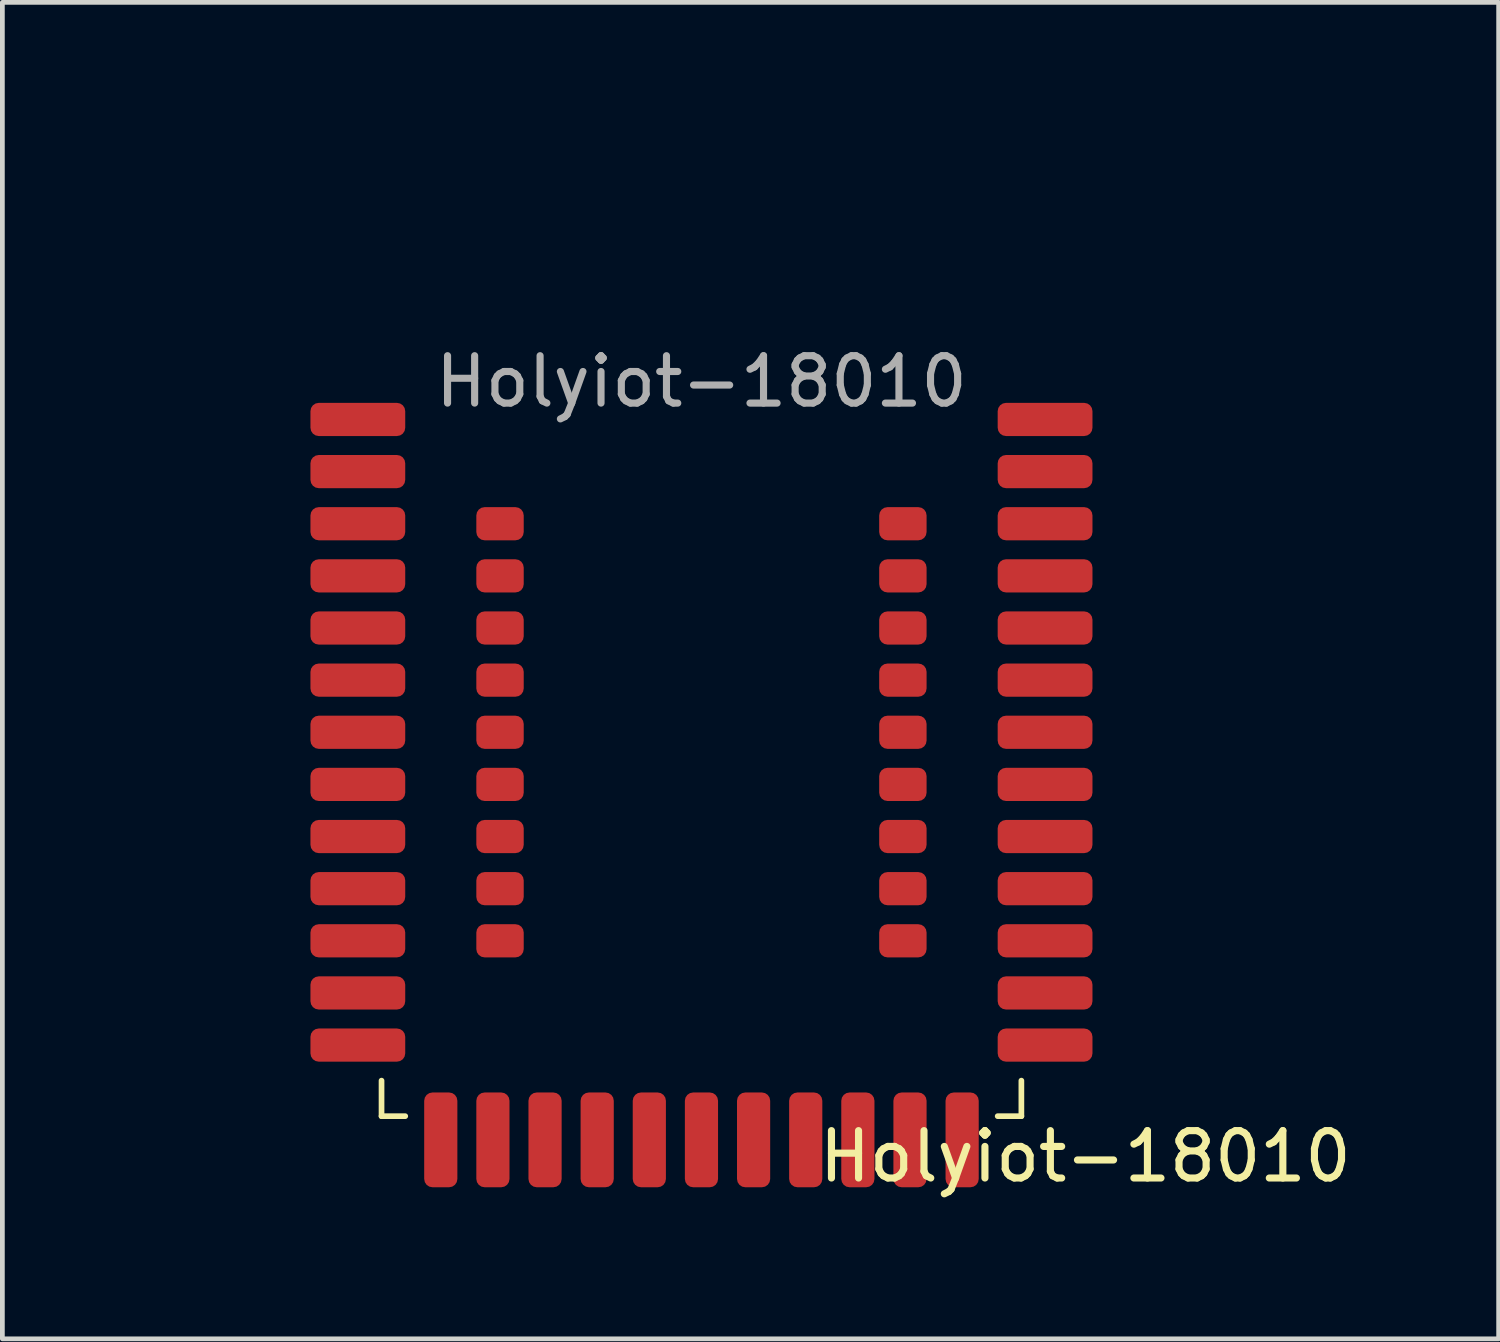
<source format=kicad_pcb>
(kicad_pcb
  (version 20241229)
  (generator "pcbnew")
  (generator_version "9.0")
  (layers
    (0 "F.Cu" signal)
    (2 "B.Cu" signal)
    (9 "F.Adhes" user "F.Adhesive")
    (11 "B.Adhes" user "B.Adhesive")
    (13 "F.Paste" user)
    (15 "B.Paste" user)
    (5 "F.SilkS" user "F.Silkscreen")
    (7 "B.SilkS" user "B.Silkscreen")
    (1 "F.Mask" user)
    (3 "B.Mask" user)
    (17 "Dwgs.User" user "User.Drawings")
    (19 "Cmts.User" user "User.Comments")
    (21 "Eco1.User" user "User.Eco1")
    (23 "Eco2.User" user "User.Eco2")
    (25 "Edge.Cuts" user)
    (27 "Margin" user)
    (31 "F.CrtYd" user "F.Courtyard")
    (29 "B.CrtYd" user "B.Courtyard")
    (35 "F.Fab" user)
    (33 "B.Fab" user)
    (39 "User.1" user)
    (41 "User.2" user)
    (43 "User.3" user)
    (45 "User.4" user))
  (footprint "Holyiot-18010"
    (layer "F.Cu")
    (at 11.75 2.5)
    (property "Reference" "Holyiot-18010" (at 8.1 18.85 0) (unlocked yes) (layer "F.SilkS") (effects (font (size 1 1) (thickness 0.15))))
    (attr smd)
    (fp_line (start -6.75 18) (end -6.75 17.25) (stroke (width 0.12) (type solid)) (layer "F.SilkS"))
    (fp_line (start -6.75 18) (end -6.25 18) (stroke (width 0.12) (type solid)) (layer "F.SilkS"))
    (fp_line (start 6.75 18) (end 6.25 18) (stroke (width 0.12) (type solid)) (layer "F.SilkS"))
    (fp_line (start 6.75 18) (end 6.75 17.25) (stroke (width 0.12) (type solid)) (layer "F.SilkS"))
    (fp_text user "${REFERENCE}" (at 0 2.5 0) (unlocked yes) (layer "F.Fab") (effects (font (size 1 1) (thickness 0.15))))
    (pad "1" smd roundrect (at -7.25 3.3) (size 2 0.7) (layers "F.Cu" "F.Mask" "F.Paste") (roundrect_rratio 0.25))
    (pad "2" smd roundrect (at -7.25 4.4) (size 2 0.7) (layers "F.Cu" "F.Mask" "F.Paste") (roundrect_rratio 0.25))
    (pad "3" smd roundrect (at -7.25 5.5) (size 2 0.7) (layers "F.Cu" "F.Mask" "F.Paste") (roundrect_rratio 0.25))
    (pad "4" smd roundrect (at -7.25 6.6) (size 2 0.7) (layers "F.Cu" "F.Mask" "F.Paste") (roundrect_rratio 0.25))
    (pad "5" smd roundrect (at -7.25 7.7) (size 2 0.7) (layers "F.Cu" "F.Mask" "F.Paste") (roundrect_rratio 0.25))
    (pad "6" smd roundrect (at -7.25 8.8) (size 2 0.7) (layers "F.Cu" "F.Mask" "F.Paste") (roundrect_rratio 0.25))
    (pad "7" smd roundrect (at -7.25 9.9) (size 2 0.7) (layers "F.Cu" "F.Mask" "F.Paste") (roundrect_rratio 0.25))
    (pad "8" smd roundrect (at -7.25 11) (size 2 0.7) (layers "F.Cu" "F.Mask" "F.Paste") (roundrect_rratio 0.25))
    (pad "9" smd roundrect (at -7.25 12.1) (size 2 0.7) (layers "F.Cu" "F.Mask" "F.Paste") (roundrect_rratio 0.25))
    (pad "10" smd roundrect (at -7.25 13.2) (size 2 0.7) (layers "F.Cu" "F.Mask" "F.Paste") (roundrect_rratio 0.25))
    (pad "11" smd roundrect (at -7.25 14.3) (size 2 0.7) (layers "F.Cu" "F.Mask" "F.Paste") (roundrect_rratio 0.25))
    (pad "12" smd roundrect (at -7.25 15.4) (size 2 0.7) (layers "F.Cu" "F.Mask" "F.Paste") (roundrect_rratio 0.25))
    (pad "13" smd roundrect (at -7.25 16.5) (size 2 0.7) (layers "F.Cu" "F.Mask" "F.Paste") (roundrect_rratio 0.25))
    (pad "14" smd roundrect (at -5.5 18.5 90) (size 2 0.7) (layers "F.Cu" "F.Mask" "F.Paste") (roundrect_rratio 0.25))
    (pad "15" smd roundrect (at -4.4 18.5 90) (size 2 0.7) (layers "F.Cu" "F.Mask" "F.Paste") (roundrect_rratio 0.25))
    (pad "16" smd roundrect (at -3.3 18.5 90) (size 2 0.7) (layers "F.Cu" "F.Mask" "F.Paste") (roundrect_rratio 0.25))
    (pad "17" smd roundrect (at -2.2 18.5 90) (size 2 0.7) (layers "F.Cu" "F.Mask" "F.Paste") (roundrect_rratio 0.25))
    (pad "18" smd roundrect (at -1.1 18.5 90) (size 2 0.7) (layers "F.Cu" "F.Mask" "F.Paste") (roundrect_rratio 0.25))
    (pad "19" smd roundrect (at 0 18.5 90) (size 2 0.7) (layers "F.Cu" "F.Mask" "F.Paste") (roundrect_rratio 0.25))
    (pad "20" smd roundrect (at 1.1 18.5 90) (size 2 0.7) (layers "F.Cu" "F.Mask" "F.Paste") (roundrect_rratio 0.25))
    (pad "21" smd roundrect (at 2.2 18.5 90) (size 2 0.7) (layers "F.Cu" "F.Mask" "F.Paste") (roundrect_rratio 0.25))
    (pad "22" smd roundrect (at 3.3 18.5 90) (size 2 0.7) (layers "F.Cu" "F.Mask" "F.Paste") (roundrect_rratio 0.25))
    (pad "23" smd roundrect (at 4.4 18.5 90) (size 2 0.7) (layers "F.Cu" "F.Mask" "F.Paste") (roundrect_rratio 0.25))
    (pad "24" smd roundrect (at 5.5 18.5 90) (size 2 0.7) (layers "F.Cu" "F.Mask" "F.Paste") (roundrect_rratio 0.25))
    (pad "25" smd roundrect (at 7.25 16.5) (size 2 0.7) (layers "F.Cu" "F.Mask" "F.Paste") (roundrect_rratio 0.25))
    (pad "26" smd roundrect (at 7.25 15.4) (size 2 0.7) (layers "F.Cu" "F.Mask" "F.Paste") (roundrect_rratio 0.25))
    (pad "27" smd roundrect (at 7.25 14.3) (size 2 0.7) (layers "F.Cu" "F.Mask" "F.Paste") (roundrect_rratio 0.25))
    (pad "28" smd roundrect (at 7.25 13.2) (size 2 0.7) (layers "F.Cu" "F.Mask" "F.Paste") (roundrect_rratio 0.25))
    (pad "29" smd roundrect (at 7.25 12.1) (size 2 0.7) (layers "F.Cu" "F.Mask" "F.Paste") (roundrect_rratio 0.25))
    (pad "30" smd roundrect (at 7.25 11) (size 2 0.7) (layers "F.Cu" "F.Mask" "F.Paste") (roundrect_rratio 0.25))
    (pad "31" smd roundrect (at 7.25 9.9) (size 2 0.7) (layers "F.Cu" "F.Mask" "F.Paste") (roundrect_rratio 0.25))
    (pad "32" smd roundrect (at 7.25 8.8) (size 2 0.7) (layers "F.Cu" "F.Mask" "F.Paste") (roundrect_rratio 0.25))
    (pad "33" smd roundrect (at 7.25 7.7) (size 2 0.7) (layers "F.Cu" "F.Mask" "F.Paste") (roundrect_rratio 0.25))
    (pad "34" smd roundrect (at 7.25 6.6) (size 2 0.7) (layers "F.Cu" "F.Mask" "F.Paste") (roundrect_rratio 0.25))
    (pad "35" smd roundrect (at 7.25 5.5) (size 2 0.7) (layers "F.Cu" "F.Mask" "F.Paste") (roundrect_rratio 0.25))
    (pad "36" smd roundrect (at 7.25 4.4) (size 2 0.7) (layers "F.Cu" "F.Mask" "F.Paste") (roundrect_rratio 0.25))
    (pad "37" smd roundrect (at 7.25 3.3) (size 2 0.7) (layers "F.Cu" "F.Mask" "F.Paste") (roundrect_rratio 0.25))
    (pad "38" smd roundrect (at -4.25 5.5) (size 1 0.7) (layers "F.Cu" "F.Mask" "F.Paste") (roundrect_rratio 0.25))
    (pad "39" smd roundrect (at -4.25 6.6) (size 1 0.7) (layers "F.Cu" "F.Mask" "F.Paste") (roundrect_rratio 0.25))
    (pad "40" smd roundrect (at -4.25 7.7) (size 1 0.7) (layers "F.Cu" "F.Mask" "F.Paste") (roundrect_rratio 0.25))
    (pad "41" smd roundrect (at -4.25 8.8) (size 1 0.7) (layers "F.Cu" "F.Mask" "F.Paste") (roundrect_rratio 0.25))
    (pad "42" smd roundrect (at -4.25 9.9) (size 1 0.7) (layers "F.Cu" "F.Mask" "F.Paste") (roundrect_rratio 0.25))
    (pad "43" smd roundrect (at -4.25 11) (size 1 0.7) (layers "F.Cu" "F.Mask" "F.Paste") (roundrect_rratio 0.25))
    (pad "44" smd roundrect (at -4.25 12.1) (size 1 0.7) (layers "F.Cu" "F.Mask" "F.Paste") (roundrect_rratio 0.25))
    (pad "45" smd roundrect (at -4.25 13.2) (size 1 0.7) (layers "F.Cu" "F.Mask" "F.Paste") (roundrect_rratio 0.25))
    (pad "46" smd roundrect (at -4.25 14.3) (size 1 0.7) (layers "F.Cu" "F.Mask" "F.Paste") (roundrect_rratio 0.25))
    (pad "47" smd roundrect (at 4.25 5.5) (size 1 0.7) (layers "F.Cu" "F.Mask" "F.Paste") (roundrect_rratio 0.25))
    (pad "48" smd roundrect (at 4.25 6.6) (size 1 0.7) (layers "F.Cu" "F.Mask" "F.Paste") (roundrect_rratio 0.25))
    (pad "49" smd roundrect (at 4.25 7.7) (size 1 0.7) (layers "F.Cu" "F.Mask" "F.Paste") (roundrect_rratio 0.25))
    (pad "50" smd roundrect (at 4.25 8.8) (size 1 0.7) (layers "F.Cu" "F.Mask" "F.Paste") (roundrect_rratio 0.25))
    (pad "51" smd roundrect (at 4.25 9.9) (size 1 0.7) (layers "F.Cu" "F.Mask" "F.Paste") (roundrect_rratio 0.25))
    (pad "52" smd roundrect (at 4.25 11) (size 1 0.7) (layers "F.Cu" "F.Mask" "F.Paste") (roundrect_rratio 0.25))
    (pad "53" smd roundrect (at 4.25 12.1) (size 1 0.7) (layers "F.Cu" "F.Mask" "F.Paste") (roundrect_rratio 0.25))
    (pad "54" smd roundrect (at 4.25 13.2) (size 1 0.7) (layers "F.Cu" "F.Mask" "F.Paste") (roundrect_rratio 0.25))
    (pad "55" smd roundrect (at 4.25 14.3) (size 1 0.7) (layers "F.Cu" "F.Mask" "F.Paste") (roundrect_rratio 0.25))
    (zone (net_name "") (layers "F.Cu" "B.Cu") (name "Antenna proximity") (hatch edge 0.508) (connect_pads) (min_thickness 0.254) (filled_areas_thickness no) (keepout (tracks not_allowed) (vias not_allowed) (pads not_allowed) (copperpour not_allowed) (footprints not_allowed)) (placement (enabled no)) (fill) (polygon (pts (xy 23.5 5.3) (xy 0 5.3) (xy 0 0) (xy 23.5 0)))))
  (gr_rect
    (start -3 -3)
    (end 28.57 25.198)
    (stroke (width 0.1) (type default))
    (fill no)
    (layer "Edge.Cuts")))
</source>
